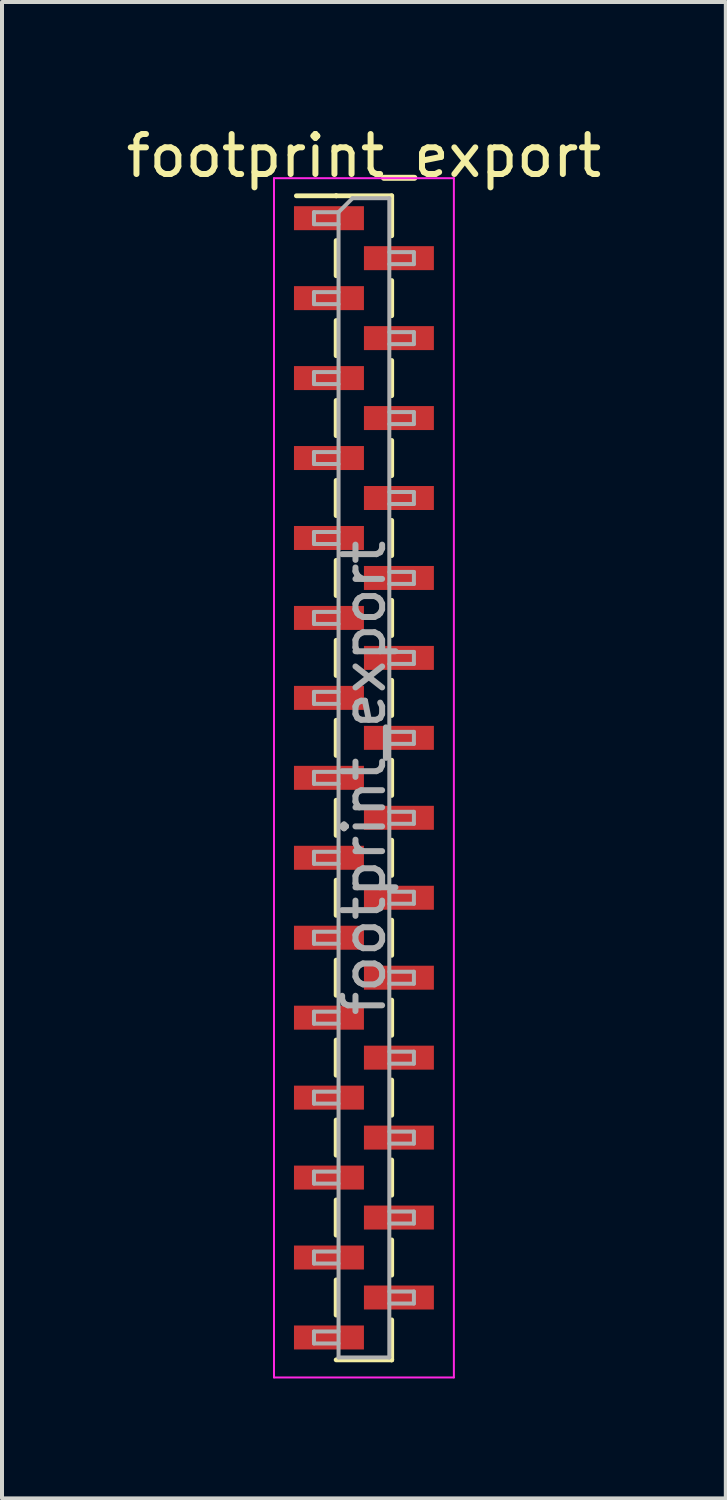
<source format=kicad_pcb>
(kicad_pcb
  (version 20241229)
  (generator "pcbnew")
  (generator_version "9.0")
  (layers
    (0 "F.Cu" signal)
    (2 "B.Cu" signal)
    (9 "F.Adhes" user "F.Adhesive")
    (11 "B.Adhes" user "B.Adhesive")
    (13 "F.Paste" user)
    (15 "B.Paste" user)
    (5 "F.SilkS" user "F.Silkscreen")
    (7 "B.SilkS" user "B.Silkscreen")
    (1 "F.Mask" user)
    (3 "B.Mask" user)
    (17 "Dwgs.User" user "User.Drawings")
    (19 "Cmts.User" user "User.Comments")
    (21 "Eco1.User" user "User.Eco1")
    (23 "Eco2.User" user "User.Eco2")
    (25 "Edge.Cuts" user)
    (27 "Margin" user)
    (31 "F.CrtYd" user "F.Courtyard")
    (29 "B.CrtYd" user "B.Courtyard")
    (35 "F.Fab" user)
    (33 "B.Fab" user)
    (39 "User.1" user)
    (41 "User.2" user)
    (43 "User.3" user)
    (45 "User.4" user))
  (footprint "footprint_export"
    (layer "F.Cu")
    (at 6.054 16.408)
    (property "Reference" "footprint_export" (at 0 -15.56 0) (layer "F.SilkS") (effects (font (size 1 1) (thickness 0.15))))
    (attr smd)
    (fp_line (start -0.695 -14.56) (end -1.69 -14.56) (stroke (width 0.12) (type solid)) (layer "F.SilkS"))
    (fp_line (start -0.695 -14.56) (end -0.695 -14.56) (stroke (width 0.12) (type solid)) (layer "F.SilkS"))
    (fp_line (start -0.695 -14.56) (end 0.695 -14.56) (stroke (width 0.12) (type solid)) (layer "F.SilkS"))
    (fp_line (start -0.695 -13.44) (end -0.695 -12.56) (stroke (width 0.12) (type solid)) (layer "F.SilkS"))
    (fp_line (start -0.695 -11.44) (end -0.695 -10.56) (stroke (width 0.12) (type solid)) (layer "F.SilkS"))
    (fp_line (start -0.695 -9.44) (end -0.695 -8.56) (stroke (width 0.12) (type solid)) (layer "F.SilkS"))
    (fp_line (start -0.695 -7.44) (end -0.695 -6.56) (stroke (width 0.12) (type solid)) (layer "F.SilkS"))
    (fp_line (start -0.695 -5.44) (end -0.695 -4.56) (stroke (width 0.12) (type solid)) (layer "F.SilkS"))
    (fp_line (start -0.695 -3.44) (end -0.695 -2.56) (stroke (width 0.12) (type solid)) (layer "F.SilkS"))
    (fp_line (start -0.695 -1.44) (end -0.695 -0.56) (stroke (width 0.12) (type solid)) (layer "F.SilkS"))
    (fp_line (start -0.695 0.56) (end -0.695 1.44) (stroke (width 0.12) (type solid)) (layer "F.SilkS"))
    (fp_line (start -0.695 2.56) (end -0.695 3.44) (stroke (width 0.12) (type solid)) (layer "F.SilkS"))
    (fp_line (start -0.695 4.56) (end -0.695 5.44) (stroke (width 0.12) (type solid)) (layer "F.SilkS"))
    (fp_line (start -0.695 6.56) (end -0.695 7.44) (stroke (width 0.12) (type solid)) (layer "F.SilkS"))
    (fp_line (start -0.695 8.56) (end -0.695 9.44) (stroke (width 0.12) (type solid)) (layer "F.SilkS"))
    (fp_line (start -0.695 10.56) (end -0.695 11.44) (stroke (width 0.12) (type solid)) (layer "F.SilkS"))
    (fp_line (start -0.695 12.56) (end -0.695 13.44) (stroke (width 0.12) (type solid)) (layer "F.SilkS"))
    (fp_line (start -0.695 14.56) (end 0.695 14.56) (stroke (width 0.12) (type solid)) (layer "F.SilkS"))
    (fp_line (start 0.695 -14.56) (end 0.695 -13.56) (stroke (width 0.12) (type solid)) (layer "F.SilkS"))
    (fp_line (start 0.695 -12.44) (end 0.695 -11.56) (stroke (width 0.12) (type solid)) (layer "F.SilkS"))
    (fp_line (start 0.695 -10.44) (end 0.695 -9.56) (stroke (width 0.12) (type solid)) (layer "F.SilkS"))
    (fp_line (start 0.695 -8.44) (end 0.695 -7.56) (stroke (width 0.12) (type solid)) (layer "F.SilkS"))
    (fp_line (start 0.695 -6.44) (end 0.695 -5.56) (stroke (width 0.12) (type solid)) (layer "F.SilkS"))
    (fp_line (start 0.695 -4.44) (end 0.695 -3.56) (stroke (width 0.12) (type solid)) (layer "F.SilkS"))
    (fp_line (start 0.695 -2.44) (end 0.695 -1.56) (stroke (width 0.12) (type solid)) (layer "F.SilkS"))
    (fp_line (start 0.695 -0.44) (end 0.695 0.44) (stroke (width 0.12) (type solid)) (layer "F.SilkS"))
    (fp_line (start 0.695 1.56) (end 0.695 2.44) (stroke (width 0.12) (type solid)) (layer "F.SilkS"))
    (fp_line (start 0.695 3.56) (end 0.695 4.44) (stroke (width 0.12) (type solid)) (layer "F.SilkS"))
    (fp_line (start 0.695 5.56) (end 0.695 6.44) (stroke (width 0.12) (type solid)) (layer "F.SilkS"))
    (fp_line (start 0.695 7.56) (end 0.695 8.44) (stroke (width 0.12) (type solid)) (layer "F.SilkS"))
    (fp_line (start 0.695 9.56) (end 0.695 10.44) (stroke (width 0.12) (type solid)) (layer "F.SilkS"))
    (fp_line (start 0.695 11.56) (end 0.695 12.44) (stroke (width 0.12) (type solid)) (layer "F.SilkS"))
    (fp_line (start 0.695 13.56) (end 0.695 14.56) (stroke (width 0.12) (type solid)) (layer "F.SilkS"))
    (fp_line (start 0.695 14.56) (end 0.695 14.56) (stroke (width 0.12) (type solid)) (layer "F.SilkS"))
    (fp_line (start -2.25 -15) (end -2.25 15) (stroke (width 0.05) (type solid)) (layer "F.CrtYd"))
    (fp_line (start -2.25 15) (end 2.25 15) (stroke (width 0.05) (type solid)) (layer "F.CrtYd"))
    (fp_line (start 2.25 -15) (end -2.25 -15) (stroke (width 0.05) (type solid)) (layer "F.CrtYd"))
    (fp_line (start 2.25 15) (end 2.25 -15) (stroke (width 0.05) (type solid)) (layer "F.CrtYd"))
    (fp_line (start -1.25 -14.15) (end -1.25 -13.85) (stroke (width 0.1) (type solid)) (layer "F.Fab"))
    (fp_line (start -1.25 -13.85) (end -0.635 -13.85) (stroke (width 0.1) (type solid)) (layer "F.Fab"))
    (fp_line (start -1.25 -12.15) (end -1.25 -11.85) (stroke (width 0.1) (type solid)) (layer "F.Fab"))
    (fp_line (start -1.25 -11.85) (end -0.635 -11.85) (stroke (width 0.1) (type solid)) (layer "F.Fab"))
    (fp_line (start -1.25 -10.15) (end -1.25 -9.85) (stroke (width 0.1) (type solid)) (layer "F.Fab"))
    (fp_line (start -1.25 -9.85) (end -0.635 -9.85) (stroke (width 0.1) (type solid)) (layer "F.Fab"))
    (fp_line (start -1.25 -8.15) (end -1.25 -7.85) (stroke (width 0.1) (type solid)) (layer "F.Fab"))
    (fp_line (start -1.25 -7.85) (end -0.635 -7.85) (stroke (width 0.1) (type solid)) (layer "F.Fab"))
    (fp_line (start -1.25 -6.15) (end -1.25 -5.85) (stroke (width 0.1) (type solid)) (layer "F.Fab"))
    (fp_line (start -1.25 -5.85) (end -0.635 -5.85) (stroke (width 0.1) (type solid)) (layer "F.Fab"))
    (fp_line (start -1.25 -4.15) (end -1.25 -3.85) (stroke (width 0.1) (type solid)) (layer "F.Fab"))
    (fp_line (start -1.25 -3.85) (end -0.635 -3.85) (stroke (width 0.1) (type solid)) (layer "F.Fab"))
    (fp_line (start -1.25 -2.15) (end -1.25 -1.85) (stroke (width 0.1) (type solid)) (layer "F.Fab"))
    (fp_line (start -1.25 -1.85) (end -0.635 -1.85) (stroke (width 0.1) (type solid)) (layer "F.Fab"))
    (fp_line (start -1.25 -0.15) (end -1.25 0.15) (stroke (width 0.1) (type solid)) (layer "F.Fab"))
    (fp_line (start -1.25 0.15) (end -0.635 0.15) (stroke (width 0.1) (type solid)) (layer "F.Fab"))
    (fp_line (start -1.25 1.85) (end -1.25 2.15) (stroke (width 0.1) (type solid)) (layer "F.Fab"))
    (fp_line (start -1.25 2.15) (end -0.635 2.15) (stroke (width 0.1) (type solid)) (layer "F.Fab"))
    (fp_line (start -1.25 3.85) (end -1.25 4.15) (stroke (width 0.1) (type solid)) (layer "F.Fab"))
    (fp_line (start -1.25 4.15) (end -0.635 4.15) (stroke (width 0.1) (type solid)) (layer "F.Fab"))
    (fp_line (start -1.25 5.85) (end -1.25 6.15) (stroke (width 0.1) (type solid)) (layer "F.Fab"))
    (fp_line (start -1.25 6.15) (end -0.635 6.15) (stroke (width 0.1) (type solid)) (layer "F.Fab"))
    (fp_line (start -1.25 7.85) (end -1.25 8.15) (stroke (width 0.1) (type solid)) (layer "F.Fab"))
    (fp_line (start -1.25 8.15) (end -0.635 8.15) (stroke (width 0.1) (type solid)) (layer "F.Fab"))
    (fp_line (start -1.25 9.85) (end -1.25 10.15) (stroke (width 0.1) (type solid)) (layer "F.Fab"))
    (fp_line (start -1.25 10.15) (end -0.635 10.15) (stroke (width 0.1) (type solid)) (layer "F.Fab"))
    (fp_line (start -1.25 11.85) (end -1.25 12.15) (stroke (width 0.1) (type solid)) (layer "F.Fab"))
    (fp_line (start -1.25 12.15) (end -0.635 12.15) (stroke (width 0.1) (type solid)) (layer "F.Fab"))
    (fp_line (start -1.25 13.85) (end -1.25 14.15) (stroke (width 0.1) (type solid)) (layer "F.Fab"))
    (fp_line (start -1.25 14.15) (end -0.635 14.15) (stroke (width 0.1) (type solid)) (layer "F.Fab"))
    (fp_line (start -0.635 -14.15) (end -1.25 -14.15) (stroke (width 0.1) (type solid)) (layer "F.Fab"))
    (fp_line (start -0.635 -14.15) (end -0.285 -14.5) (stroke (width 0.1) (type solid)) (layer "F.Fab"))
    (fp_line (start -0.635 -12.15) (end -1.25 -12.15) (stroke (width 0.1) (type solid)) (layer "F.Fab"))
    (fp_line (start -0.635 -10.15) (end -1.25 -10.15) (stroke (width 0.1) (type solid)) (layer "F.Fab"))
    (fp_line (start -0.635 -8.15) (end -1.25 -8.15) (stroke (width 0.1) (type solid)) (layer "F.Fab"))
    (fp_line (start -0.635 -6.15) (end -1.25 -6.15) (stroke (width 0.1) (type solid)) (layer "F.Fab"))
    (fp_line (start -0.635 -4.15) (end -1.25 -4.15) (stroke (width 0.1) (type solid)) (layer "F.Fab"))
    (fp_line (start -0.635 -2.15) (end -1.25 -2.15) (stroke (width 0.1) (type solid)) (layer "F.Fab"))
    (fp_line (start -0.635 -0.15) (end -1.25 -0.15) (stroke (width 0.1) (type solid)) (layer "F.Fab"))
    (fp_line (start -0.635 1.85) (end -1.25 1.85) (stroke (width 0.1) (type solid)) (layer "F.Fab"))
    (fp_line (start -0.635 3.85) (end -1.25 3.85) (stroke (width 0.1) (type solid)) (layer "F.Fab"))
    (fp_line (start -0.635 5.85) (end -1.25 5.85) (stroke (width 0.1) (type solid)) (layer "F.Fab"))
    (fp_line (start -0.635 7.85) (end -1.25 7.85) (stroke (width 0.1) (type solid)) (layer "F.Fab"))
    (fp_line (start -0.635 9.85) (end -1.25 9.85) (stroke (width 0.1) (type solid)) (layer "F.Fab"))
    (fp_line (start -0.635 11.85) (end -1.25 11.85) (stroke (width 0.1) (type solid)) (layer "F.Fab"))
    (fp_line (start -0.635 13.85) (end -1.25 13.85) (stroke (width 0.1) (type solid)) (layer "F.Fab"))
    (fp_line (start -0.635 14.5) (end -0.635 -14.15) (stroke (width 0.1) (type solid)) (layer "F.Fab"))
    (fp_line (start -0.285 -14.5) (end 0.635 -14.5) (stroke (width 0.1) (type solid)) (layer "F.Fab"))
    (fp_line (start 0.635 -14.5) (end 0.635 14.5) (stroke (width 0.1) (type solid)) (layer "F.Fab"))
    (fp_line (start 0.635 -13.15) (end 1.25 -13.15) (stroke (width 0.1) (type solid)) (layer "F.Fab"))
    (fp_line (start 0.635 -11.15) (end 1.25 -11.15) (stroke (width 0.1) (type solid)) (layer "F.Fab"))
    (fp_line (start 0.635 -9.15) (end 1.25 -9.15) (stroke (width 0.1) (type solid)) (layer "F.Fab"))
    (fp_line (start 0.635 -7.15) (end 1.25 -7.15) (stroke (width 0.1) (type solid)) (layer "F.Fab"))
    (fp_line (start 0.635 -5.15) (end 1.25 -5.15) (stroke (width 0.1) (type solid)) (layer "F.Fab"))
    (fp_line (start 0.635 -3.15) (end 1.25 -3.15) (stroke (width 0.1) (type solid)) (layer "F.Fab"))
    (fp_line (start 0.635 -1.15) (end 1.25 -1.15) (stroke (width 0.1) (type solid)) (layer "F.Fab"))
    (fp_line (start 0.635 0.85) (end 1.25 0.85) (stroke (width 0.1) (type solid)) (layer "F.Fab"))
    (fp_line (start 0.635 2.85) (end 1.25 2.85) (stroke (width 0.1) (type solid)) (layer "F.Fab"))
    (fp_line (start 0.635 4.85) (end 1.25 4.85) (stroke (width 0.1) (type solid)) (layer "F.Fab"))
    (fp_line (start 0.635 6.85) (end 1.25 6.85) (stroke (width 0.1) (type solid)) (layer "F.Fab"))
    (fp_line (start 0.635 8.85) (end 1.25 8.85) (stroke (width 0.1) (type solid)) (layer "F.Fab"))
    (fp_line (start 0.635 10.85) (end 1.25 10.85) (stroke (width 0.1) (type solid)) (layer "F.Fab"))
    (fp_line (start 0.635 12.85) (end 1.25 12.85) (stroke (width 0.1) (type solid)) (layer "F.Fab"))
    (fp_line (start 0.635 14.5) (end -0.635 14.5) (stroke (width 0.1) (type solid)) (layer "F.Fab"))
    (fp_line (start 1.25 -13.15) (end 1.25 -12.85) (stroke (width 0.1) (type solid)) (layer "F.Fab"))
    (fp_line (start 1.25 -12.85) (end 0.635 -12.85) (stroke (width 0.1) (type solid)) (layer "F.Fab"))
    (fp_line (start 1.25 -11.15) (end 1.25 -10.85) (stroke (width 0.1) (type solid)) (layer "F.Fab"))
    (fp_line (start 1.25 -10.85) (end 0.635 -10.85) (stroke (width 0.1) (type solid)) (layer "F.Fab"))
    (fp_line (start 1.25 -9.15) (end 1.25 -8.85) (stroke (width 0.1) (type solid)) (layer "F.Fab"))
    (fp_line (start 1.25 -8.85) (end 0.635 -8.85) (stroke (width 0.1) (type solid)) (layer "F.Fab"))
    (fp_line (start 1.25 -7.15) (end 1.25 -6.85) (stroke (width 0.1) (type solid)) (layer "F.Fab"))
    (fp_line (start 1.25 -6.85) (end 0.635 -6.85) (stroke (width 0.1) (type solid)) (layer "F.Fab"))
    (fp_line (start 1.25 -5.15) (end 1.25 -4.85) (stroke (width 0.1) (type solid)) (layer "F.Fab"))
    (fp_line (start 1.25 -4.85) (end 0.635 -4.85) (stroke (width 0.1) (type solid)) (layer "F.Fab"))
    (fp_line (start 1.25 -3.15) (end 1.25 -2.85) (stroke (width 0.1) (type solid)) (layer "F.Fab"))
    (fp_line (start 1.25 -2.85) (end 0.635 -2.85) (stroke (width 0.1) (type solid)) (layer "F.Fab"))
    (fp_line (start 1.25 -1.15) (end 1.25 -0.85) (stroke (width 0.1) (type solid)) (layer "F.Fab"))
    (fp_line (start 1.25 -0.85) (end 0.635 -0.85) (stroke (width 0.1) (type solid)) (layer "F.Fab"))
    (fp_line (start 1.25 0.85) (end 1.25 1.15) (stroke (width 0.1) (type solid)) (layer "F.Fab"))
    (fp_line (start 1.25 1.15) (end 0.635 1.15) (stroke (width 0.1) (type solid)) (layer "F.Fab"))
    (fp_line (start 1.25 2.85) (end 1.25 3.15) (stroke (width 0.1) (type solid)) (layer "F.Fab"))
    (fp_line (start 1.25 3.15) (end 0.635 3.15) (stroke (width 0.1) (type solid)) (layer "F.Fab"))
    (fp_line (start 1.25 4.85) (end 1.25 5.15) (stroke (width 0.1) (type solid)) (layer "F.Fab"))
    (fp_line (start 1.25 5.15) (end 0.635 5.15) (stroke (width 0.1) (type solid)) (layer "F.Fab"))
    (fp_line (start 1.25 6.85) (end 1.25 7.15) (stroke (width 0.1) (type solid)) (layer "F.Fab"))
    (fp_line (start 1.25 7.15) (end 0.635 7.15) (stroke (width 0.1) (type solid)) (layer "F.Fab"))
    (fp_line (start 1.25 8.85) (end 1.25 9.15) (stroke (width 0.1) (type solid)) (layer "F.Fab"))
    (fp_line (start 1.25 9.15) (end 0.635 9.15) (stroke (width 0.1) (type solid)) (layer "F.Fab"))
    (fp_line (start 1.25 10.85) (end 1.25 11.15) (stroke (width 0.1) (type solid)) (layer "F.Fab"))
    (fp_line (start 1.25 11.15) (end 0.635 11.15) (stroke (width 0.1) (type solid)) (layer "F.Fab"))
    (fp_line (start 1.25 12.85) (end 1.25 13.15) (stroke (width 0.1) (type solid)) (layer "F.Fab"))
    (fp_line (start 1.25 13.15) (end 0.635 13.15) (stroke (width 0.1) (type solid)) (layer "F.Fab"))
    (fp_text user "${REFERENCE}" (at 0 0 90) (layer "F.Fab") (effects (font (size 1 1) (thickness 0.15))))
    (pad "1" smd rect (at -0.875 -14) (size 1.75 0.6) (layers "F.Cu" "F.Mask" "F.Paste"))
    (pad "2" smd rect (at 0.875 -13) (size 1.75 0.6) (layers "F.Cu" "F.Mask" "F.Paste"))
    (pad "3" smd rect (at -0.875 -12) (size 1.75 0.6) (layers "F.Cu" "F.Mask" "F.Paste"))
    (pad "4" smd rect (at 0.875 -11) (size 1.75 0.6) (layers "F.Cu" "F.Mask" "F.Paste"))
    (pad "5" smd rect (at -0.875 -10) (size 1.75 0.6) (layers "F.Cu" "F.Mask" "F.Paste"))
    (pad "6" smd rect (at 0.875 -9) (size 1.75 0.6) (layers "F.Cu" "F.Mask" "F.Paste"))
    (pad "7" smd rect (at -0.875 -8) (size 1.75 0.6) (layers "F.Cu" "F.Mask" "F.Paste"))
    (pad "8" smd rect (at 0.875 -7) (size 1.75 0.6) (layers "F.Cu" "F.Mask" "F.Paste"))
    (pad "9" smd rect (at -0.875 -6) (size 1.75 0.6) (layers "F.Cu" "F.Mask" "F.Paste"))
    (pad "10" smd rect (at 0.875 -5) (size 1.75 0.6) (layers "F.Cu" "F.Mask" "F.Paste"))
    (pad "11" smd rect (at -0.875 -4) (size 1.75 0.6) (layers "F.Cu" "F.Mask" "F.Paste"))
    (pad "12" smd rect (at 0.875 -3) (size 1.75 0.6) (layers "F.Cu" "F.Mask" "F.Paste"))
    (pad "13" smd rect (at -0.875 -2) (size 1.75 0.6) (layers "F.Cu" "F.Mask" "F.Paste"))
    (pad "14" smd rect (at 0.875 -1) (size 1.75 0.6) (layers "F.Cu" "F.Mask" "F.Paste"))
    (pad "15" smd rect (at -0.875 0) (size 1.75 0.6) (layers "F.Cu" "F.Mask" "F.Paste"))
    (pad "16" smd rect (at 0.875 1) (size 1.75 0.6) (layers "F.Cu" "F.Mask" "F.Paste"))
    (pad "17" smd rect (at -0.875 2) (size 1.75 0.6) (layers "F.Cu" "F.Mask" "F.Paste"))
    (pad "18" smd rect (at 0.875 3) (size 1.75 0.6) (layers "F.Cu" "F.Mask" "F.Paste"))
    (pad "19" smd rect (at -0.875 4) (size 1.75 0.6) (layers "F.Cu" "F.Mask" "F.Paste"))
    (pad "20" smd rect (at 0.875 5) (size 1.75 0.6) (layers "F.Cu" "F.Mask" "F.Paste"))
    (pad "21" smd rect (at -0.875 6) (size 1.75 0.6) (layers "F.Cu" "F.Mask" "F.Paste"))
    (pad "22" smd rect (at 0.875 7) (size 1.75 0.6) (layers "F.Cu" "F.Mask" "F.Paste"))
    (pad "23" smd rect (at -0.875 8) (size 1.75 0.6) (layers "F.Cu" "F.Mask" "F.Paste"))
    (pad "24" smd rect (at 0.875 9) (size 1.75 0.6) (layers "F.Cu" "F.Mask" "F.Paste"))
    (pad "25" smd rect (at -0.875 10) (size 1.75 0.6) (layers "F.Cu" "F.Mask" "F.Paste"))
    (pad "26" smd rect (at 0.875 11) (size 1.75 0.6) (layers "F.Cu" "F.Mask" "F.Paste"))
    (pad "27" smd rect (at -0.875 12) (size 1.75 0.6) (layers "F.Cu" "F.Mask" "F.Paste"))
    (pad "28" smd rect (at 0.875 13) (size 1.75 0.6) (layers "F.Cu" "F.Mask" "F.Paste"))
    (pad "29" smd rect (at -0.875 14) (size 1.75 0.6) (layers "F.Cu" "F.Mask" "F.Paste")))
  (gr_rect
    (start -3 -3)
    (end 15.107 34.433)
    (stroke (width 0.1) (type default))
    (fill no)
    (layer "Edge.Cuts")))
</source>
